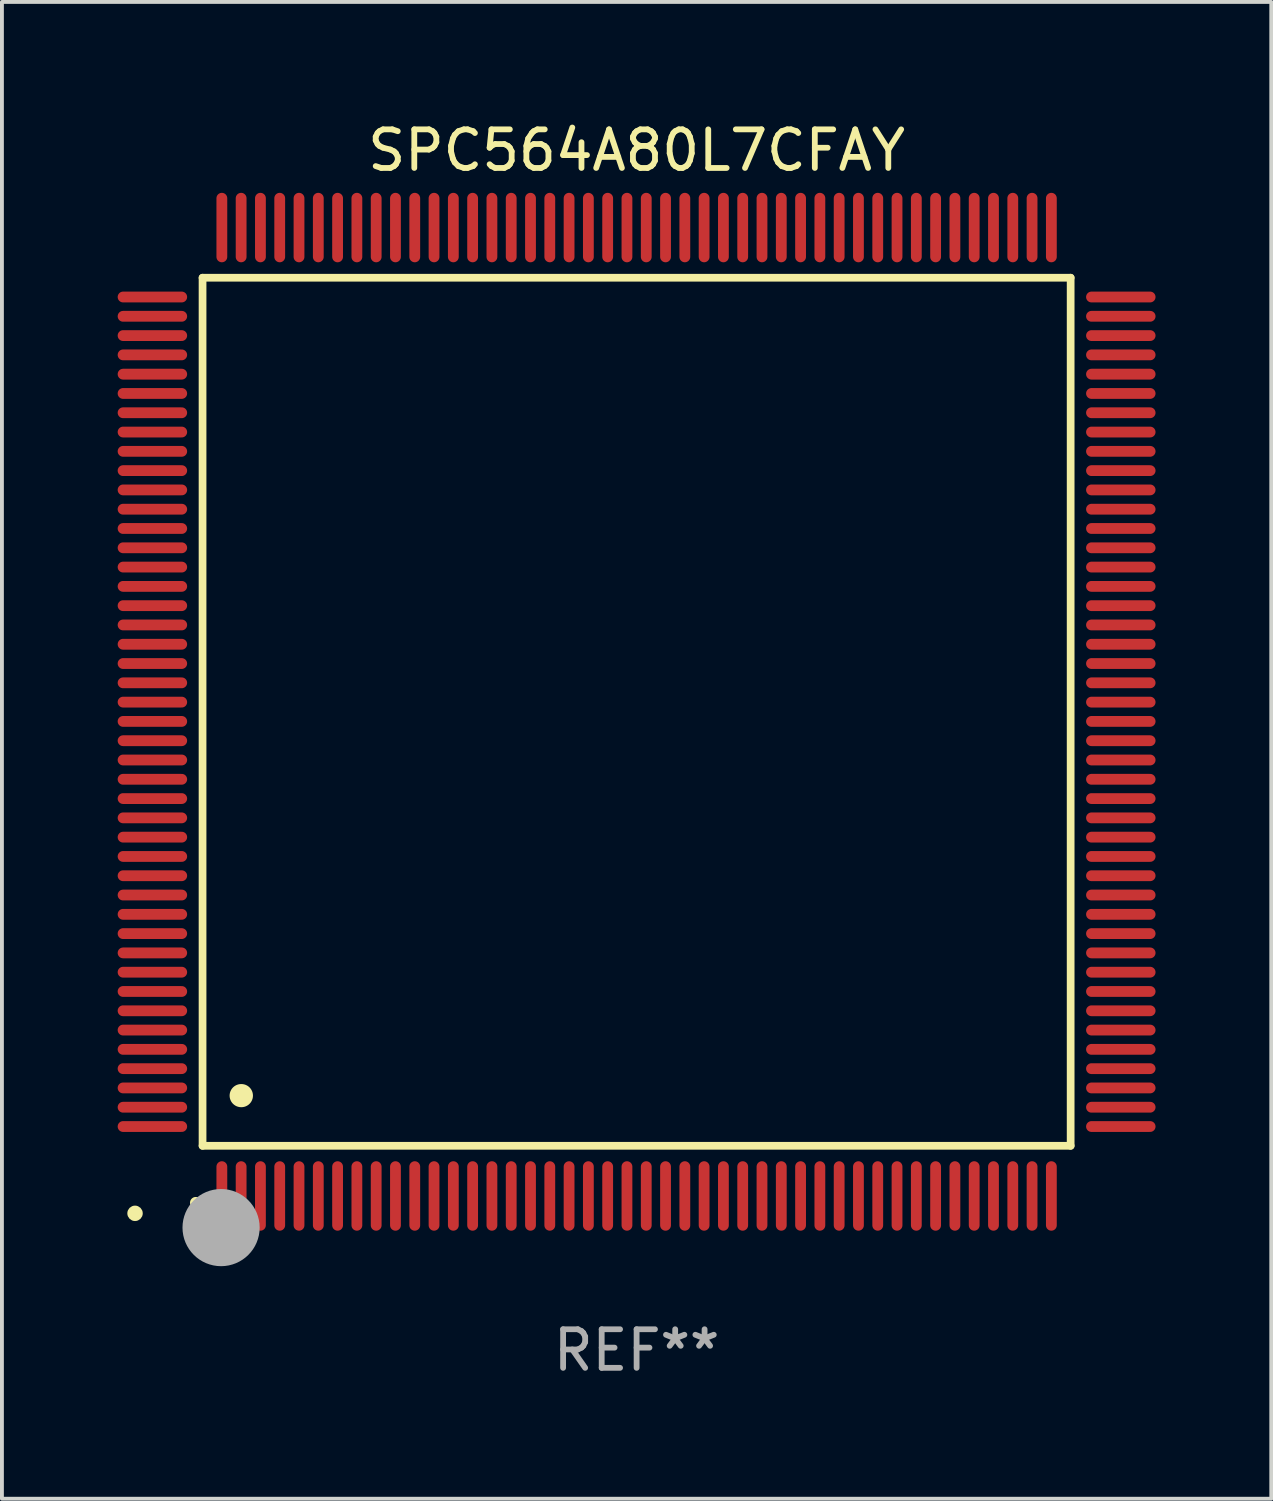
<source format=kicad_pcb>
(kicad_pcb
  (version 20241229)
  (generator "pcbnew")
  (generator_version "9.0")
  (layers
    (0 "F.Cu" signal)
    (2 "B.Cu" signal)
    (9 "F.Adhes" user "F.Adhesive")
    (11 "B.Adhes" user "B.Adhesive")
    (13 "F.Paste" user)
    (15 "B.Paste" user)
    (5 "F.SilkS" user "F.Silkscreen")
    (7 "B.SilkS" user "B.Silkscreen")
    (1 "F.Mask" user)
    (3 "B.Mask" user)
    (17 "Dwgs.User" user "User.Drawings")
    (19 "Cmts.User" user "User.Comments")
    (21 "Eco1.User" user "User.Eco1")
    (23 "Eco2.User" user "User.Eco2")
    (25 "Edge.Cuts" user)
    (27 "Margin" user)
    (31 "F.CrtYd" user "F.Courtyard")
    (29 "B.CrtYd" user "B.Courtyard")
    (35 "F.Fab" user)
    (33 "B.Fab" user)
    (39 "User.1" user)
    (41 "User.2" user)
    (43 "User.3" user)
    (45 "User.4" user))
  (footprint "SPC564A80L7CFAY"
    (layer "F.Cu")
    (at 13.45 15.398)
    (property "Reference" "SPC564A80L7CFAY" (at 0 -14.55 0) (layer "F.SilkS") (effects (font (size 1 1) (thickness 0.15))))
    (attr through_hole)
    (fp_line (start -11.25 -11.25) (end 11.25 -11.25) (stroke (width 0.2) (type solid)) (layer "F.SilkS"))
    (fp_line (start -11.25 11.25) (end -11.25 -11.25) (stroke (width 0.2) (type solid)) (layer "F.SilkS"))
    (fp_line (start 11.25 -11.25) (end 11.25 11.25) (stroke (width 0.2) (type solid)) (layer "F.SilkS"))
    (fp_line (start 11.25 11.25) (end -11.25 11.25) (stroke (width 0.2) (type solid)) (layer "F.SilkS"))
    (fp_arc (start -11.424943 12.725425) (mid -11.423673 12.72542) (end -11.422403 12.725425) (stroke (width 0.3) (type solid)) (layer "F.SilkS"))
    (fp_arc (start -10.24892 9.9492) (mid -10.24638 9.949189) (end -10.24384 9.9492) (stroke (width 0.6) (type solid)) (layer "F.SilkS"))
    (fp_circle (center -13 13) (end -12.9 13) (stroke (width 0.2) (type solid)) (fill no) (layer "F.SilkS"))
    (fp_circle (center -10.77 13.37) (end -10.27 13.37) (stroke (width 1) (type solid)) (fill no) (layer "F.Fab"))
    (fp_text user "REF**" (at 0 16.55 0) (layer "F.Fab") (effects (font (size 1 1) (thickness 0.15))))
    (pad "1" smd oval (at -10.75 12.55) (size 0.28 1.8) (layers "F.Cu" "F.Mask" "F.Paste"))
    (pad "2" smd oval (at -10.25 12.55) (size 0.28 1.8) (layers "F.Cu" "F.Mask" "F.Paste"))
    (pad "3" smd oval (at -9.75 12.55) (size 0.28 1.8) (layers "F.Cu" "F.Mask" "F.Paste"))
    (pad "4" smd oval (at -9.25 12.55) (size 0.28 1.8) (layers "F.Cu" "F.Mask" "F.Paste"))
    (pad "5" smd oval (at -8.75 12.55) (size 0.28 1.8) (layers "F.Cu" "F.Mask" "F.Paste"))
    (pad "6" smd oval (at -8.25 12.55) (size 0.28 1.8) (layers "F.Cu" "F.Mask" "F.Paste"))
    (pad "7" smd oval (at -7.75 12.55) (size 0.28 1.8) (layers "F.Cu" "F.Mask" "F.Paste"))
    (pad "8" smd oval (at -7.25 12.55) (size 0.28 1.8) (layers "F.Cu" "F.Mask" "F.Paste"))
    (pad "9" smd oval (at -6.75 12.55) (size 0.28 1.8) (layers "F.Cu" "F.Mask" "F.Paste"))
    (pad "10" smd oval (at -6.25 12.55) (size 0.28 1.8) (layers "F.Cu" "F.Mask" "F.Paste"))
    (pad "11" smd oval (at -5.75 12.55) (size 0.28 1.8) (layers "F.Cu" "F.Mask" "F.Paste"))
    (pad "12" smd oval (at -5.25 12.55) (size 0.28 1.8) (layers "F.Cu" "F.Mask" "F.Paste"))
    (pad "13" smd oval (at -4.75 12.55) (size 0.28 1.8) (layers "F.Cu" "F.Mask" "F.Paste"))
    (pad "14" smd oval (at -4.25 12.55) (size 0.28 1.8) (layers "F.Cu" "F.Mask" "F.Paste"))
    (pad "15" smd oval (at -3.75 12.55) (size 0.28 1.8) (layers "F.Cu" "F.Mask" "F.Paste"))
    (pad "16" smd oval (at -3.25 12.55) (size 0.28 1.8) (layers "F.Cu" "F.Mask" "F.Paste"))
    (pad "17" smd oval (at -2.75 12.55) (size 0.28 1.8) (layers "F.Cu" "F.Mask" "F.Paste"))
    (pad "18" smd oval (at -2.25 12.55) (size 0.28 1.8) (layers "F.Cu" "F.Mask" "F.Paste"))
    (pad "19" smd oval (at -1.75 12.55) (size 0.28 1.8) (layers "F.Cu" "F.Mask" "F.Paste"))
    (pad "20" smd oval (at -1.25 12.55) (size 0.28 1.8) (layers "F.Cu" "F.Mask" "F.Paste"))
    (pad "21" smd oval (at -0.75 12.55) (size 0.28 1.8) (layers "F.Cu" "F.Mask" "F.Paste"))
    (pad "22" smd oval (at -0.25 12.55) (size 0.28 1.8) (layers "F.Cu" "F.Mask" "F.Paste"))
    (pad "23" smd oval (at 0.25 12.55) (size 0.28 1.8) (layers "F.Cu" "F.Mask" "F.Paste"))
    (pad "24" smd oval (at 0.75 12.55) (size 0.28 1.8) (layers "F.Cu" "F.Mask" "F.Paste"))
    (pad "25" smd oval (at 1.25 12.55) (size 0.28 1.8) (layers "F.Cu" "F.Mask" "F.Paste"))
    (pad "26" smd oval (at 1.75 12.55) (size 0.28 1.8) (layers "F.Cu" "F.Mask" "F.Paste"))
    (pad "27" smd oval (at 2.25 12.55) (size 0.28 1.8) (layers "F.Cu" "F.Mask" "F.Paste"))
    (pad "28" smd oval (at 2.75 12.55) (size 0.28 1.8) (layers "F.Cu" "F.Mask" "F.Paste"))
    (pad "29" smd oval (at 3.25 12.55) (size 0.28 1.8) (layers "F.Cu" "F.Mask" "F.Paste"))
    (pad "30" smd oval (at 3.75 12.55) (size 0.28 1.8) (layers "F.Cu" "F.Mask" "F.Paste"))
    (pad "31" smd oval (at 4.25 12.55) (size 0.28 1.8) (layers "F.Cu" "F.Mask" "F.Paste"))
    (pad "32" smd oval (at 4.75 12.55) (size 0.28 1.8) (layers "F.Cu" "F.Mask" "F.Paste"))
    (pad "33" smd oval (at 5.25 12.55) (size 0.28 1.8) (layers "F.Cu" "F.Mask" "F.Paste"))
    (pad "34" smd oval (at 5.75 12.55) (size 0.28 1.8) (layers "F.Cu" "F.Mask" "F.Paste"))
    (pad "35" smd oval (at 6.25 12.55) (size 0.28 1.8) (layers "F.Cu" "F.Mask" "F.Paste"))
    (pad "36" smd oval (at 6.75 12.55) (size 0.28 1.8) (layers "F.Cu" "F.Mask" "F.Paste"))
    (pad "37" smd oval (at 7.25 12.55) (size 0.28 1.8) (layers "F.Cu" "F.Mask" "F.Paste"))
    (pad "38" smd oval (at 7.75 12.55) (size 0.28 1.8) (layers "F.Cu" "F.Mask" "F.Paste"))
    (pad "39" smd oval (at 8.25 12.55) (size 0.28 1.8) (layers "F.Cu" "F.Mask" "F.Paste"))
    (pad "40" smd oval (at 8.75 12.55) (size 0.28 1.8) (layers "F.Cu" "F.Mask" "F.Paste"))
    (pad "41" smd oval (at 9.25 12.55) (size 0.28 1.8) (layers "F.Cu" "F.Mask" "F.Paste"))
    (pad "42" smd oval (at 9.75 12.55) (size 0.28 1.8) (layers "F.Cu" "F.Mask" "F.Paste"))
    (pad "43" smd oval (at 10.25 12.55) (size 0.28 1.8) (layers "F.Cu" "F.Mask" "F.Paste"))
    (pad "44" smd oval (at 10.75 12.55) (size 0.28 1.8) (layers "F.Cu" "F.Mask" "F.Paste"))
    (pad "45" smd oval (at 12.55 10.75) (size 1.8 0.28) (layers "F.Cu" "F.Mask" "F.Paste"))
    (pad "46" smd oval (at 12.55 10.25) (size 1.8 0.28) (layers "F.Cu" "F.Mask" "F.Paste"))
    (pad "47" smd oval (at 12.55 9.75) (size 1.8 0.28) (layers "F.Cu" "F.Mask" "F.Paste"))
    (pad "48" smd oval (at 12.55 9.25) (size 1.8 0.28) (layers "F.Cu" "F.Mask" "F.Paste"))
    (pad "49" smd oval (at 12.55 8.75) (size 1.8 0.28) (layers "F.Cu" "F.Mask" "F.Paste"))
    (pad "50" smd oval (at 12.55 8.25) (size 1.8 0.28) (layers "F.Cu" "F.Mask" "F.Paste"))
    (pad "51" smd oval (at 12.55 7.75) (size 1.8 0.28) (layers "F.Cu" "F.Mask" "F.Paste"))
    (pad "52" smd oval (at 12.55 7.25) (size 1.8 0.28) (layers "F.Cu" "F.Mask" "F.Paste"))
    (pad "53" smd oval (at 12.55 6.75) (size 1.8 0.28) (layers "F.Cu" "F.Mask" "F.Paste"))
    (pad "54" smd oval (at 12.55 6.25) (size 1.8 0.28) (layers "F.Cu" "F.Mask" "F.Paste"))
    (pad "55" smd oval (at 12.55 5.75) (size 1.8 0.28) (layers "F.Cu" "F.Mask" "F.Paste"))
    (pad "56" smd oval (at 12.55 5.25) (size 1.8 0.28) (layers "F.Cu" "F.Mask" "F.Paste"))
    (pad "57" smd oval (at 12.55 4.75) (size 1.8 0.28) (layers "F.Cu" "F.Mask" "F.Paste"))
    (pad "58" smd oval (at 12.55 4.25) (size 1.8 0.28) (layers "F.Cu" "F.Mask" "F.Paste"))
    (pad "59" smd oval (at 12.55 3.75) (size 1.8 0.28) (layers "F.Cu" "F.Mask" "F.Paste"))
    (pad "60" smd oval (at 12.55 3.25) (size 1.8 0.28) (layers "F.Cu" "F.Mask" "F.Paste"))
    (pad "61" smd oval (at 12.55 2.75) (size 1.8 0.28) (layers "F.Cu" "F.Mask" "F.Paste"))
    (pad "62" smd oval (at 12.55 2.25) (size 1.8 0.28) (layers "F.Cu" "F.Mask" "F.Paste"))
    (pad "63" smd oval (at 12.55 1.75) (size 1.8 0.28) (layers "F.Cu" "F.Mask" "F.Paste"))
    (pad "64" smd oval (at 12.55 1.25) (size 1.8 0.28) (layers "F.Cu" "F.Mask" "F.Paste"))
    (pad "65" smd oval (at 12.55 0.75) (size 1.8 0.28) (layers "F.Cu" "F.Mask" "F.Paste"))
    (pad "66" smd oval (at 12.55 0.25) (size 1.8 0.28) (layers "F.Cu" "F.Mask" "F.Paste"))
    (pad "67" smd oval (at 12.55 -0.25) (size 1.8 0.28) (layers "F.Cu" "F.Mask" "F.Paste"))
    (pad "68" smd oval (at 12.55 -0.75) (size 1.8 0.28) (layers "F.Cu" "F.Mask" "F.Paste"))
    (pad "69" smd oval (at 12.55 -1.25) (size 1.8 0.28) (layers "F.Cu" "F.Mask" "F.Paste"))
    (pad "70" smd oval (at 12.55 -1.75) (size 1.8 0.28) (layers "F.Cu" "F.Mask" "F.Paste"))
    (pad "71" smd oval (at 12.55 -2.25) (size 1.8 0.28) (layers "F.Cu" "F.Mask" "F.Paste"))
    (pad "72" smd oval (at 12.55 -2.75) (size 1.8 0.28) (layers "F.Cu" "F.Mask" "F.Paste"))
    (pad "73" smd oval (at 12.55 -3.25) (size 1.8 0.28) (layers "F.Cu" "F.Mask" "F.Paste"))
    (pad "74" smd oval (at 12.55 -3.75) (size 1.8 0.28) (layers "F.Cu" "F.Mask" "F.Paste"))
    (pad "75" smd oval (at 12.55 -4.25) (size 1.8 0.28) (layers "F.Cu" "F.Mask" "F.Paste"))
    (pad "76" smd oval (at 12.55 -4.75) (size 1.8 0.28) (layers "F.Cu" "F.Mask" "F.Paste"))
    (pad "77" smd oval (at 12.55 -5.25) (size 1.8 0.28) (layers "F.Cu" "F.Mask" "F.Paste"))
    (pad "78" smd oval (at 12.55 -5.75) (size 1.8 0.28) (layers "F.Cu" "F.Mask" "F.Paste"))
    (pad "79" smd oval (at 12.55 -6.25) (size 1.8 0.28) (layers "F.Cu" "F.Mask" "F.Paste"))
    (pad "80" smd oval (at 12.55 -6.75) (size 1.8 0.28) (layers "F.Cu" "F.Mask" "F.Paste"))
    (pad "81" smd oval (at 12.55 -7.25) (size 1.8 0.28) (layers "F.Cu" "F.Mask" "F.Paste"))
    (pad "82" smd oval (at 12.55 -7.75) (size 1.8 0.28) (layers "F.Cu" "F.Mask" "F.Paste"))
    (pad "83" smd oval (at 12.55 -8.25) (size 1.8 0.28) (layers "F.Cu" "F.Mask" "F.Paste"))
    (pad "84" smd oval (at 12.55 -8.75) (size 1.8 0.28) (layers "F.Cu" "F.Mask" "F.Paste"))
    (pad "85" smd oval (at 12.55 -9.25) (size 1.8 0.28) (layers "F.Cu" "F.Mask" "F.Paste"))
    (pad "86" smd oval (at 12.55 -9.75) (size 1.8 0.28) (layers "F.Cu" "F.Mask" "F.Paste"))
    (pad "87" smd oval (at 12.55 -10.25) (size 1.8 0.28) (layers "F.Cu" "F.Mask" "F.Paste"))
    (pad "88" smd oval (at 12.55 -10.75) (size 1.8 0.28) (layers "F.Cu" "F.Mask" "F.Paste"))
    (pad "89" smd oval (at 10.75 -12.55) (size 0.28 1.8) (layers "F.Cu" "F.Mask" "F.Paste"))
    (pad "90" smd oval (at 10.25 -12.55) (size 0.28 1.8) (layers "F.Cu" "F.Mask" "F.Paste"))
    (pad "91" smd oval (at 9.75 -12.55) (size 0.28 1.8) (layers "F.Cu" "F.Mask" "F.Paste"))
    (pad "92" smd oval (at 9.25 -12.55) (size 0.28 1.8) (layers "F.Cu" "F.Mask" "F.Paste"))
    (pad "93" smd oval (at 8.75 -12.55) (size 0.28 1.8) (layers "F.Cu" "F.Mask" "F.Paste"))
    (pad "94" smd oval (at 8.25 -12.55) (size 0.28 1.8) (layers "F.Cu" "F.Mask" "F.Paste"))
    (pad "95" smd oval (at 7.75 -12.55) (size 0.28 1.8) (layers "F.Cu" "F.Mask" "F.Paste"))
    (pad "96" smd oval (at 7.25 -12.55) (size 0.28 1.8) (layers "F.Cu" "F.Mask" "F.Paste"))
    (pad "97" smd oval (at 6.75 -12.55) (size 0.28 1.8) (layers "F.Cu" "F.Mask" "F.Paste"))
    (pad "98" smd oval (at 6.25 -12.55) (size 0.28 1.8) (layers "F.Cu" "F.Mask" "F.Paste"))
    (pad "99" smd oval (at 5.75 -12.55) (size 0.28 1.8) (layers "F.Cu" "F.Mask" "F.Paste"))
    (pad "100" smd oval (at 5.25 -12.55) (size 0.28 1.8) (layers "F.Cu" "F.Mask" "F.Paste"))
    (pad "101" smd oval (at 4.75 -12.55) (size 0.28 1.8) (layers "F.Cu" "F.Mask" "F.Paste"))
    (pad "102" smd oval (at 4.25 -12.55) (size 0.28 1.8) (layers "F.Cu" "F.Mask" "F.Paste"))
    (pad "103" smd oval (at 3.75 -12.55) (size 0.28 1.8) (layers "F.Cu" "F.Mask" "F.Paste"))
    (pad "104" smd oval (at 3.25 -12.55) (size 0.28 1.8) (layers "F.Cu" "F.Mask" "F.Paste"))
    (pad "105" smd oval (at 2.75 -12.55) (size 0.28 1.8) (layers "F.Cu" "F.Mask" "F.Paste"))
    (pad "106" smd oval (at 2.25 -12.55) (size 0.28 1.8) (layers "F.Cu" "F.Mask" "F.Paste"))
    (pad "107" smd oval (at 1.75 -12.55) (size 0.28 1.8) (layers "F.Cu" "F.Mask" "F.Paste"))
    (pad "108" smd oval (at 1.25 -12.55) (size 0.28 1.8) (layers "F.Cu" "F.Mask" "F.Paste"))
    (pad "109" smd oval (at 0.75 -12.55) (size 0.28 1.8) (layers "F.Cu" "F.Mask" "F.Paste"))
    (pad "110" smd oval (at 0.25 -12.55) (size 0.28 1.8) (layers "F.Cu" "F.Mask" "F.Paste"))
    (pad "111" smd oval (at -0.25 -12.55) (size 0.28 1.8) (layers "F.Cu" "F.Mask" "F.Paste"))
    (pad "112" smd oval (at -0.75 -12.55) (size 0.28 1.8) (layers "F.Cu" "F.Mask" "F.Paste"))
    (pad "113" smd oval (at -1.25 -12.55) (size 0.28 1.8) (layers "F.Cu" "F.Mask" "F.Paste"))
    (pad "114" smd oval (at -1.75 -12.55) (size 0.28 1.8) (layers "F.Cu" "F.Mask" "F.Paste"))
    (pad "115" smd oval (at -2.25 -12.55) (size 0.28 1.8) (layers "F.Cu" "F.Mask" "F.Paste"))
    (pad "116" smd oval (at -2.75 -12.55) (size 0.28 1.8) (layers "F.Cu" "F.Mask" "F.Paste"))
    (pad "117" smd oval (at -3.25 -12.55) (size 0.28 1.8) (layers "F.Cu" "F.Mask" "F.Paste"))
    (pad "118" smd oval (at -3.75 -12.55) (size 0.28 1.8) (layers "F.Cu" "F.Mask" "F.Paste"))
    (pad "119" smd oval (at -4.25 -12.55) (size 0.28 1.8) (layers "F.Cu" "F.Mask" "F.Paste"))
    (pad "120" smd oval (at -4.75 -12.55) (size 0.28 1.8) (layers "F.Cu" "F.Mask" "F.Paste"))
    (pad "121" smd oval (at -5.25 -12.55) (size 0.28 1.8) (layers "F.Cu" "F.Mask" "F.Paste"))
    (pad "122" smd oval (at -5.75 -12.55) (size 0.28 1.8) (layers "F.Cu" "F.Mask" "F.Paste"))
    (pad "123" smd oval (at -6.25 -12.55) (size 0.28 1.8) (layers "F.Cu" "F.Mask" "F.Paste"))
    (pad "124" smd oval (at -6.75 -12.55) (size 0.28 1.8) (layers "F.Cu" "F.Mask" "F.Paste"))
    (pad "125" smd oval (at -7.25 -12.55) (size 0.28 1.8) (layers "F.Cu" "F.Mask" "F.Paste"))
    (pad "126" smd oval (at -7.75 -12.55) (size 0.28 1.8) (layers "F.Cu" "F.Mask" "F.Paste"))
    (pad "127" smd oval (at -8.25 -12.55) (size 0.28 1.8) (layers "F.Cu" "F.Mask" "F.Paste"))
    (pad "128" smd oval (at -8.75 -12.55) (size 0.28 1.8) (layers "F.Cu" "F.Mask" "F.Paste"))
    (pad "129" smd oval (at -9.25 -12.55) (size 0.28 1.8) (layers "F.Cu" "F.Mask" "F.Paste"))
    (pad "130" smd oval (at -9.75 -12.55) (size 0.28 1.8) (layers "F.Cu" "F.Mask" "F.Paste"))
    (pad "131" smd oval (at -10.25 -12.55) (size 0.28 1.8) (layers "F.Cu" "F.Mask" "F.Paste"))
    (pad "132" smd oval (at -10.75 -12.55) (size 0.28 1.8) (layers "F.Cu" "F.Mask" "F.Paste"))
    (pad "133" smd oval (at -12.55 -10.75) (size 1.8 0.28) (layers "F.Cu" "F.Mask" "F.Paste"))
    (pad "134" smd oval (at -12.55 -10.25) (size 1.8 0.28) (layers "F.Cu" "F.Mask" "F.Paste"))
    (pad "135" smd oval (at -12.55 -9.75) (size 1.8 0.28) (layers "F.Cu" "F.Mask" "F.Paste"))
    (pad "136" smd oval (at -12.55 -9.25) (size 1.8 0.28) (layers "F.Cu" "F.Mask" "F.Paste"))
    (pad "137" smd oval (at -12.55 -8.75) (size 1.8 0.28) (layers "F.Cu" "F.Mask" "F.Paste"))
    (pad "138" smd oval (at -12.55 -8.25) (size 1.8 0.28) (layers "F.Cu" "F.Mask" "F.Paste"))
    (pad "139" smd oval (at -12.55 -7.75) (size 1.8 0.28) (layers "F.Cu" "F.Mask" "F.Paste"))
    (pad "140" smd oval (at -12.55 -7.25) (size 1.8 0.28) (layers "F.Cu" "F.Mask" "F.Paste"))
    (pad "141" smd oval (at -12.55 -6.75) (size 1.8 0.28) (layers "F.Cu" "F.Mask" "F.Paste"))
    (pad "142" smd oval (at -12.55 -6.25) (size 1.8 0.28) (layers "F.Cu" "F.Mask" "F.Paste"))
    (pad "143" smd oval (at -12.55 -5.75) (size 1.8 0.28) (layers "F.Cu" "F.Mask" "F.Paste"))
    (pad "144" smd oval (at -12.55 -5.25) (size 1.8 0.28) (layers "F.Cu" "F.Mask" "F.Paste"))
    (pad "145" smd oval (at -12.55 -4.75) (size 1.8 0.28) (layers "F.Cu" "F.Mask" "F.Paste"))
    (pad "146" smd oval (at -12.55 -4.25) (size 1.8 0.28) (layers "F.Cu" "F.Mask" "F.Paste"))
    (pad "147" smd oval (at -12.55 -3.75) (size 1.8 0.28) (layers "F.Cu" "F.Mask" "F.Paste"))
    (pad "148" smd oval (at -12.55 -3.25) (size 1.8 0.28) (layers "F.Cu" "F.Mask" "F.Paste"))
    (pad "149" smd oval (at -12.55 -2.75) (size 1.8 0.28) (layers "F.Cu" "F.Mask" "F.Paste"))
    (pad "150" smd oval (at -12.55 -2.25) (size 1.8 0.28) (layers "F.Cu" "F.Mask" "F.Paste"))
    (pad "151" smd oval (at -12.55 -1.75) (size 1.8 0.28) (layers "F.Cu" "F.Mask" "F.Paste"))
    (pad "152" smd oval (at -12.55 -1.25) (size 1.8 0.28) (layers "F.Cu" "F.Mask" "F.Paste"))
    (pad "153" smd oval (at -12.55 -0.75) (size 1.8 0.28) (layers "F.Cu" "F.Mask" "F.Paste"))
    (pad "154" smd oval (at -12.55 -0.25) (size 1.8 0.28) (layers "F.Cu" "F.Mask" "F.Paste"))
    (pad "155" smd oval (at -12.55 0.25) (size 1.8 0.28) (layers "F.Cu" "F.Mask" "F.Paste"))
    (pad "156" smd oval (at -12.55 0.75) (size 1.8 0.28) (layers "F.Cu" "F.Mask" "F.Paste"))
    (pad "157" smd oval (at -12.55 1.25) (size 1.8 0.28) (layers "F.Cu" "F.Mask" "F.Paste"))
    (pad "158" smd oval (at -12.55 1.75) (size 1.8 0.28) (layers "F.Cu" "F.Mask" "F.Paste"))
    (pad "159" smd oval (at -12.55 2.25) (size 1.8 0.28) (layers "F.Cu" "F.Mask" "F.Paste"))
    (pad "160" smd oval (at -12.55 2.75) (size 1.8 0.28) (layers "F.Cu" "F.Mask" "F.Paste"))
    (pad "161" smd oval (at -12.55 3.25) (size 1.8 0.28) (layers "F.Cu" "F.Mask" "F.Paste"))
    (pad "162" smd oval (at -12.55 3.75) (size 1.8 0.28) (layers "F.Cu" "F.Mask" "F.Paste"))
    (pad "163" smd oval (at -12.55 4.25) (size 1.8 0.28) (layers "F.Cu" "F.Mask" "F.Paste"))
    (pad "164" smd oval (at -12.55 4.75) (size 1.8 0.28) (layers "F.Cu" "F.Mask" "F.Paste"))
    (pad "165" smd oval (at -12.55 5.25) (size 1.8 0.28) (layers "F.Cu" "F.Mask" "F.Paste"))
    (pad "166" smd oval (at -12.55 5.75) (size 1.8 0.28) (layers "F.Cu" "F.Mask" "F.Paste"))
    (pad "167" smd oval (at -12.55 6.25) (size 1.8 0.28) (layers "F.Cu" "F.Mask" "F.Paste"))
    (pad "168" smd oval (at -12.55 6.75) (size 1.8 0.28) (layers "F.Cu" "F.Mask" "F.Paste"))
    (pad "169" smd oval (at -12.55 7.25) (size 1.8 0.28) (layers "F.Cu" "F.Mask" "F.Paste"))
    (pad "170" smd oval (at -12.55 7.75) (size 1.8 0.28) (layers "F.Cu" "F.Mask" "F.Paste"))
    (pad "171" smd oval (at -12.55 8.25) (size 1.8 0.28) (layers "F.Cu" "F.Mask" "F.Paste"))
    (pad "172" smd oval (at -12.55 8.75) (size 1.8 0.28) (layers "F.Cu" "F.Mask" "F.Paste"))
    (pad "173" smd oval (at -12.55 9.25) (size 1.8 0.28) (layers "F.Cu" "F.Mask" "F.Paste"))
    (pad "174" smd oval (at -12.55 9.75) (size 1.8 0.28) (layers "F.Cu" "F.Mask" "F.Paste"))
    (pad "175" smd oval (at -12.55 10.25) (size 1.8 0.28) (layers "F.Cu" "F.Mask" "F.Paste"))
    (pad "176" smd oval (at -12.55 10.75) (size 1.8 0.28) (layers "F.Cu" "F.Mask" "F.Paste")))
  (gr_rect
    (start -3 -3)
    (end 29.9 35.796)
    (stroke (width 0.1) (type default))
    (fill no)
    (layer "Edge.Cuts")))
</source>
